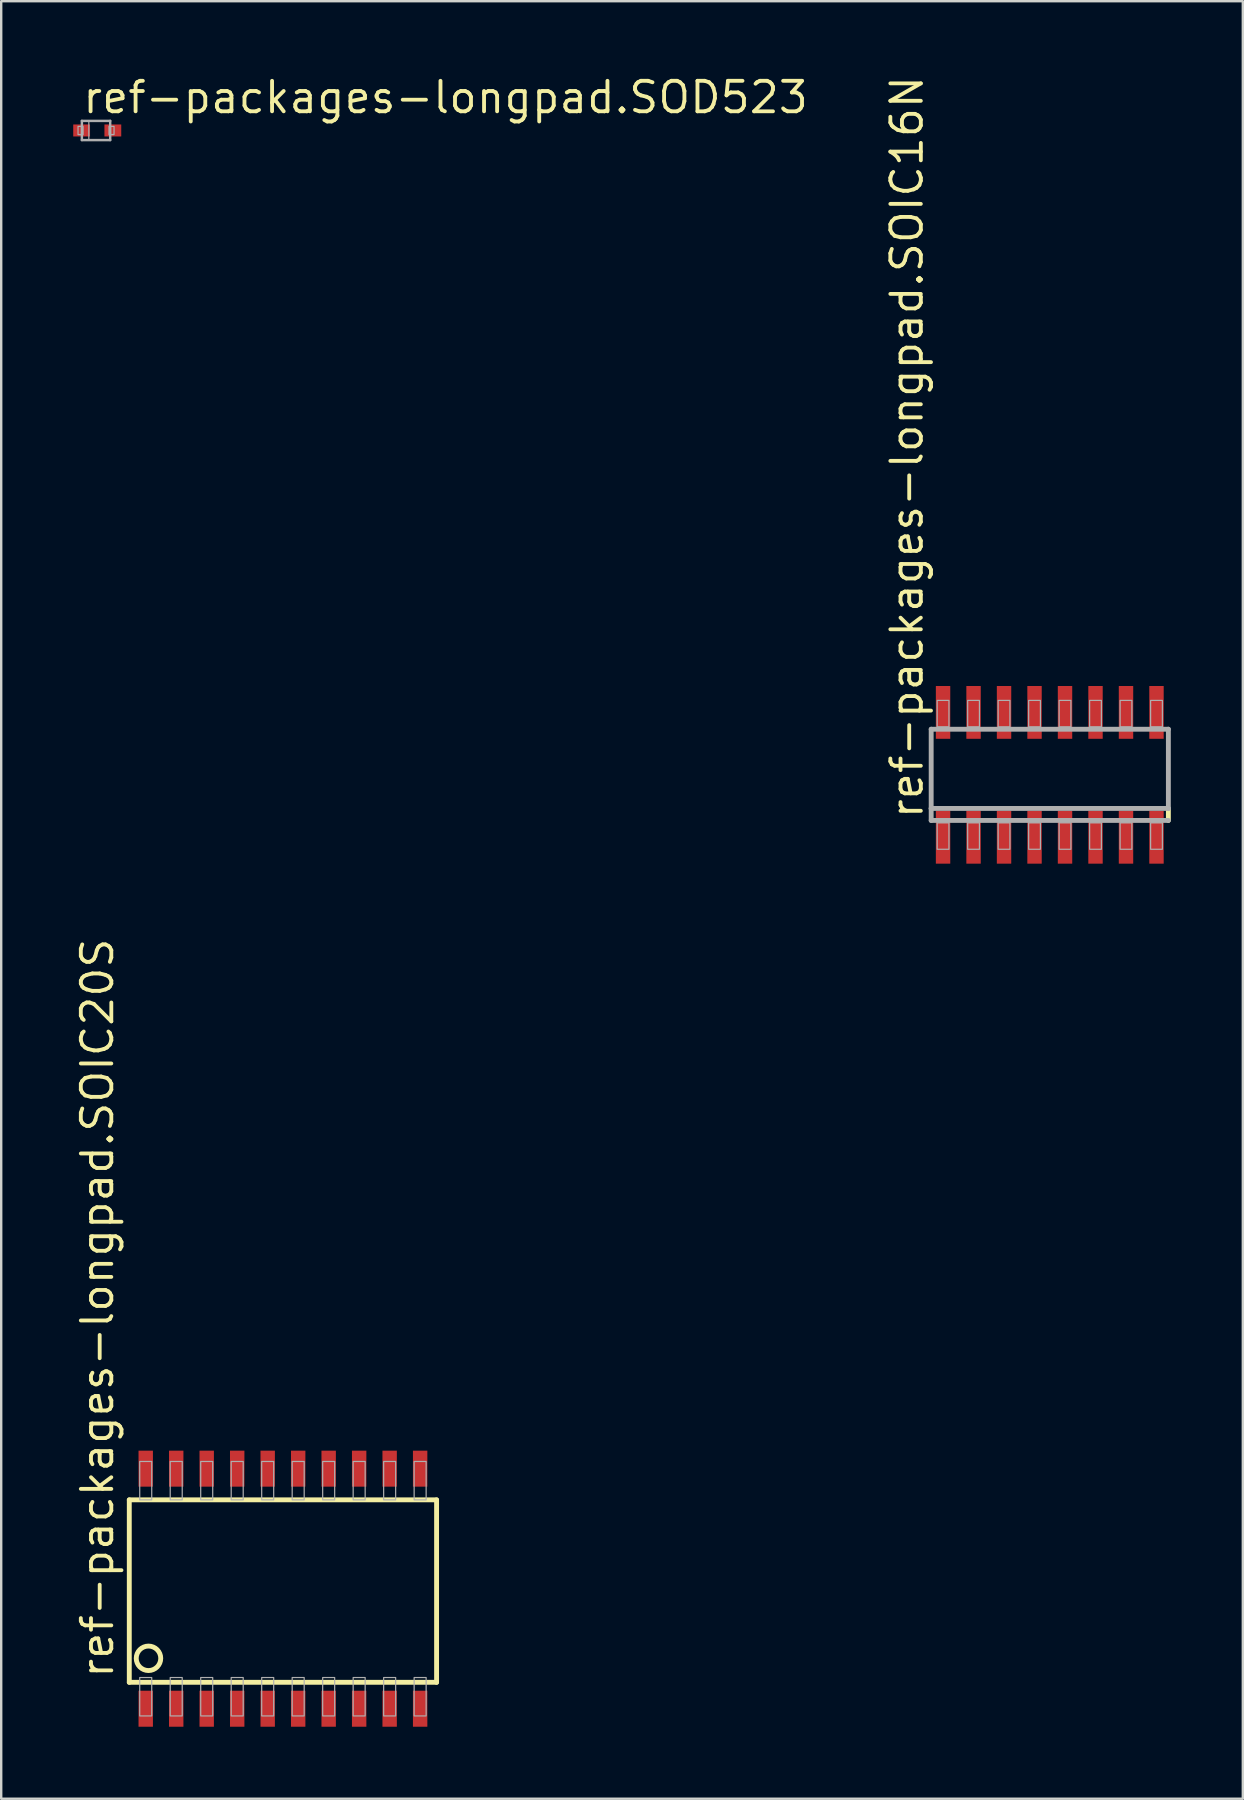
<source format=kicad_pcb>
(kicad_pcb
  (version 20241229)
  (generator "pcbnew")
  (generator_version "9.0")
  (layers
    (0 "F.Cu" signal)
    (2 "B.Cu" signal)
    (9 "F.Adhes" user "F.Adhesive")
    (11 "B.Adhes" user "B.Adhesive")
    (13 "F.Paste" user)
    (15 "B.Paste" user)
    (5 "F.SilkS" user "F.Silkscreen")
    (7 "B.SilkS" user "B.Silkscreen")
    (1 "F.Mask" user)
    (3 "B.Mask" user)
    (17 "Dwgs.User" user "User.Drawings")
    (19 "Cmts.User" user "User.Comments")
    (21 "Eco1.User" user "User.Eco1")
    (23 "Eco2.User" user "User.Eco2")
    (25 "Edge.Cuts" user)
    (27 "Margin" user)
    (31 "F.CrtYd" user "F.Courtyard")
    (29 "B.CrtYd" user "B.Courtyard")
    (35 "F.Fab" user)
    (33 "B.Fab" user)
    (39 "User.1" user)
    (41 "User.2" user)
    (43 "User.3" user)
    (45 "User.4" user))
  (footprint "ref-packages-longpad.SOD523"
    (layer "F.Cu")
    (at 0.95 2.385)
    (property "Reference" "ref-packages-longpad.SOD523" (at -0.635 -0.635 0) (layer "F.SilkS") (effects (font (size 1.27 1.27) (thickness 0.16)) (justify left bottom)))
    (attr smd)
    (fp_line (start -0.59 -0.4) (end 0.59 -0.4) (stroke (width 0.102) (type default)) (layer "F.Fab"))
    (fp_line (start -0.59 0.4) (end -0.59 -0.4) (stroke (width 0.102) (type default)) (layer "F.Fab"))
    (fp_line (start 0.59 -0.4) (end 0.59 0.4) (stroke (width 0.102) (type default)) (layer "F.Fab"))
    (fp_line (start 0.59 0.4) (end -0.59 0.4) (stroke (width 0.102) (type default)) (layer "F.Fab"))
    (fp_rect (start -0.75 0.17) (end -0.54 -0.17) (stroke (width 0.05) (type default)) (fill no) (layer "F.Fab"))
    (fp_rect (start -0.59 0.4) (end -0.3 -0.4) (stroke (width 0.05) (type default)) (fill no) (layer "F.Fab"))
    (fp_rect (start 0.54 0.17) (end 0.75 -0.17) (stroke (width 0.05) (type default)) (fill no) (layer "F.Fab"))
    (pad "A" smd roundrect (at 0.7 0) (size 0.7 0.5) (layers "F.Cu" "F.Mask" "F.Paste") (roundrect_rratio 0.01))
    (pad "C" smd roundrect (at -0.6 0) (size 0.7 0.5) (layers "F.Cu" "F.Mask" "F.Paste") (roundrect_rratio 0.01)))
  (footprint "ref-packages-longpad.SOIC20S"
    (layer "F.Cu")
    (at 8.735 63.123)
    (property "Reference" "ref-packages-longpad.SOIC20S" (at -6.985 3.81 90) (layer "F.SilkS") (effects (font (size 1.27 1.27) (thickness 0.16)) (justify left bottom)))
    (attr smd)
    (fp_line (start -6.4 -3.7) (end -6.4 3.9) (stroke (width 0.203) (type default)) (layer "F.SilkS"))
    (fp_line (start -6.4 3.9) (end 6.4 3.9) (stroke (width 0.203) (type default)) (layer "F.SilkS"))
    (fp_line (start 6.4 -3.7) (end -6.4 -3.7) (stroke (width 0.203) (type default)) (layer "F.SilkS"))
    (fp_line (start 6.4 3.9) (end 6.4 -3.7) (stroke (width 0.203) (type default)) (layer "F.SilkS"))
    (fp_circle (center -5.6 2.9) (end -5.09 2.9) (stroke (width 0.203) (type default)) (fill no) (layer "F.SilkS"))
    (fp_rect (start -5.965 -3.7) (end -5.465 -5.3) (stroke (width 0.05) (type default)) (fill no) (layer "F.Fab"))
    (fp_rect (start -5.965 5.3) (end -5.465 3.7) (stroke (width 0.05) (type default)) (fill no) (layer "F.Fab"))
    (fp_rect (start -4.695 -3.7) (end -4.195 -5.3) (stroke (width 0.05) (type default)) (fill no) (layer "F.Fab"))
    (fp_rect (start -4.695 5.3) (end -4.195 3.7) (stroke (width 0.05) (type default)) (fill no) (layer "F.Fab"))
    (fp_rect (start -3.425 -3.7) (end -2.925 -5.3) (stroke (width 0.05) (type default)) (fill no) (layer "F.Fab"))
    (fp_rect (start -3.425 5.3) (end -2.925 3.7) (stroke (width 0.05) (type default)) (fill no) (layer "F.Fab"))
    (fp_rect (start -2.155 -3.7) (end -1.655 -5.3) (stroke (width 0.05) (type default)) (fill no) (layer "F.Fab"))
    (fp_rect (start -2.155 5.3) (end -1.655 3.7) (stroke (width 0.05) (type default)) (fill no) (layer "F.Fab"))
    (fp_rect (start -0.885 -3.7) (end -0.385 -5.3) (stroke (width 0.05) (type default)) (fill no) (layer "F.Fab"))
    (fp_rect (start -0.885 5.3) (end -0.385 3.7) (stroke (width 0.05) (type default)) (fill no) (layer "F.Fab"))
    (fp_rect (start 0.385 -3.7) (end 0.885 -5.3) (stroke (width 0.05) (type default)) (fill no) (layer "F.Fab"))
    (fp_rect (start 0.385 5.3) (end 0.885 3.7) (stroke (width 0.05) (type default)) (fill no) (layer "F.Fab"))
    (fp_rect (start 1.655 -3.7) (end 2.155 -5.3) (stroke (width 0.05) (type default)) (fill no) (layer "F.Fab"))
    (fp_rect (start 1.655 5.3) (end 2.155 3.7) (stroke (width 0.05) (type default)) (fill no) (layer "F.Fab"))
    (fp_rect (start 2.925 -3.7) (end 3.425 -5.3) (stroke (width 0.05) (type default)) (fill no) (layer "F.Fab"))
    (fp_rect (start 2.925 5.3) (end 3.425 3.7) (stroke (width 0.05) (type default)) (fill no) (layer "F.Fab"))
    (fp_rect (start 4.195 -3.7) (end 4.695 -5.3) (stroke (width 0.05) (type default)) (fill no) (layer "F.Fab"))
    (fp_rect (start 4.195 5.3) (end 4.695 3.7) (stroke (width 0.05) (type default)) (fill no) (layer "F.Fab"))
    (fp_rect (start 5.465 -3.7) (end 5.965 -5.3) (stroke (width 0.05) (type default)) (fill no) (layer "F.Fab"))
    (fp_rect (start 5.465 5.3) (end 5.965 3.7) (stroke (width 0.05) (type default)) (fill no) (layer "F.Fab"))
    (pad "1" smd roundrect (at -5.715 5) (size 0.6 1.5) (layers "F.Cu" "F.Mask" "F.Paste") (roundrect_rratio 0.01))
    (pad "2" smd roundrect (at -4.445 5) (size 0.6 1.5) (layers "F.Cu" "F.Mask" "F.Paste") (roundrect_rratio 0.01))
    (pad "3" smd roundrect (at -3.175 5) (size 0.6 1.5) (layers "F.Cu" "F.Mask" "F.Paste") (roundrect_rratio 0.01))
    (pad "4" smd roundrect (at -1.905 5) (size 0.6 1.5) (layers "F.Cu" "F.Mask" "F.Paste") (roundrect_rratio 0.01))
    (pad "5" smd roundrect (at -0.635 5) (size 0.6 1.5) (layers "F.Cu" "F.Mask" "F.Paste") (roundrect_rratio 0.01))
    (pad "6" smd roundrect (at 0.635 5) (size 0.6 1.5) (layers "F.Cu" "F.Mask" "F.Paste") (roundrect_rratio 0.01))
    (pad "7" smd roundrect (at 1.905 5) (size 0.6 1.5) (layers "F.Cu" "F.Mask" "F.Paste") (roundrect_rratio 0.01))
    (pad "8" smd roundrect (at 3.175 5) (size 0.6 1.5) (layers "F.Cu" "F.Mask" "F.Paste") (roundrect_rratio 0.01))
    (pad "9" smd roundrect (at 4.445 5) (size 0.6 1.5) (layers "F.Cu" "F.Mask" "F.Paste") (roundrect_rratio 0.01))
    (pad "10" smd roundrect (at 5.715 5) (size 0.6 1.5) (layers "F.Cu" "F.Mask" "F.Paste") (roundrect_rratio 0.01))
    (pad "11" smd roundrect (at 5.715 -5) (size 0.6 1.5) (layers "F.Cu" "F.Mask" "F.Paste") (roundrect_rratio 0.01))
    (pad "12" smd roundrect (at 4.445 -5) (size 0.6 1.5) (layers "F.Cu" "F.Mask" "F.Paste") (roundrect_rratio 0.01))
    (pad "13" smd roundrect (at 3.175 -5) (size 0.6 1.5) (layers "F.Cu" "F.Mask" "F.Paste") (roundrect_rratio 0.01))
    (pad "14" smd roundrect (at 1.905 -5) (size 0.6 1.5) (layers "F.Cu" "F.Mask" "F.Paste") (roundrect_rratio 0.01))
    (pad "15" smd roundrect (at 0.635 -5) (size 0.6 1.5) (layers "F.Cu" "F.Mask" "F.Paste") (roundrect_rratio 0.01))
    (pad "16" smd roundrect (at -0.635 -5) (size 0.6 1.5) (layers "F.Cu" "F.Mask" "F.Paste") (roundrect_rratio 0.01))
    (pad "17" smd roundrect (at -1.905 -5) (size 0.6 1.5) (layers "F.Cu" "F.Mask" "F.Paste") (roundrect_rratio 0.01))
    (pad "18" smd roundrect (at -3.175 -5) (size 0.6 1.5) (layers "F.Cu" "F.Mask" "F.Paste") (roundrect_rratio 0.01))
    (pad "19" smd roundrect (at -4.445 -5) (size 0.6 1.5) (layers "F.Cu" "F.Mask" "F.Paste") (roundrect_rratio 0.01))
    (pad "20" smd roundrect (at -5.715 -5) (size 0.6 1.5) (layers "F.Cu" "F.Mask" "F.Paste") (roundrect_rratio 0.01)))
  (footprint "ref-packages-longpad.SOIC16N"
    (layer "F.Cu")
    (at 40.676 29.224)
    (property "Reference" "ref-packages-longpad.SOIC16N" (at -5.207 1.905 90) (layer "F.SilkS") (effects (font (size 1.27 1.27) (thickness 0.16)) (justify left bottom)))
    (attr smd)
    (fp_line (start 4.94 1.4) (end 4.94 1.9) (stroke (width 0.203) (type default)) (layer "F.SilkS"))
    (fp_line (start -4.94 -1.9) (end 4.94 -1.9) (stroke (width 0.203) (type default)) (layer "F.Fab"))
    (fp_line (start -4.94 1.4) (end -4.94 -1.9) (stroke (width 0.203) (type default)) (layer "F.Fab"))
    (fp_line (start -4.94 1.9) (end -4.94 1.4) (stroke (width 0.203) (type default)) (layer "F.Fab"))
    (fp_line (start 4.94 -1.9) (end 4.94 1.4) (stroke (width 0.203) (type default)) (layer "F.Fab"))
    (fp_line (start 4.94 1.4) (end -4.94 1.4) (stroke (width 0.203) (type default)) (layer "F.Fab"))
    (fp_line (start 4.94 1.9) (end -4.94 1.9) (stroke (width 0.203) (type default)) (layer "F.Fab"))
    (fp_rect (start -4.69 -2) (end -4.2 -3.1) (stroke (width 0.05) (type default)) (fill no) (layer "F.Fab"))
    (fp_rect (start -4.69 3.1) (end -4.2 2) (stroke (width 0.05) (type default)) (fill no) (layer "F.Fab"))
    (fp_rect (start -3.42 -2) (end -2.93 -3.1) (stroke (width 0.05) (type default)) (fill no) (layer "F.Fab"))
    (fp_rect (start -3.42 3.1) (end -2.93 2) (stroke (width 0.05) (type default)) (fill no) (layer "F.Fab"))
    (fp_rect (start -2.15 -2) (end -1.66 -3.1) (stroke (width 0.05) (type default)) (fill no) (layer "F.Fab"))
    (fp_rect (start -2.15 3.1) (end -1.66 2) (stroke (width 0.05) (type default)) (fill no) (layer "F.Fab"))
    (fp_rect (start -0.88 -2) (end -0.39 -3.1) (stroke (width 0.05) (type default)) (fill no) (layer "F.Fab"))
    (fp_rect (start -0.88 3.1) (end -0.39 2) (stroke (width 0.05) (type default)) (fill no) (layer "F.Fab"))
    (fp_rect (start 0.39 -2) (end 0.88 -3.1) (stroke (width 0.05) (type default)) (fill no) (layer "F.Fab"))
    (fp_rect (start 0.39 3.1) (end 0.88 2) (stroke (width 0.05) (type default)) (fill no) (layer "F.Fab"))
    (fp_rect (start 1.66 -2) (end 2.15 -3.1) (stroke (width 0.05) (type default)) (fill no) (layer "F.Fab"))
    (fp_rect (start 1.66 3.1) (end 2.15 2) (stroke (width 0.05) (type default)) (fill no) (layer "F.Fab"))
    (fp_rect (start 2.93 -2) (end 3.42 -3.1) (stroke (width 0.05) (type default)) (fill no) (layer "F.Fab"))
    (fp_rect (start 2.93 3.1) (end 3.42 2) (stroke (width 0.05) (type default)) (fill no) (layer "F.Fab"))
    (fp_rect (start 4.2 -2) (end 4.69 -3.1) (stroke (width 0.05) (type default)) (fill no) (layer "F.Fab"))
    (fp_rect (start 4.2 3.1) (end 4.69 2) (stroke (width 0.05) (type default)) (fill no) (layer "F.Fab"))
    (pad "1" smd roundrect (at -4.445 2.6) (size 0.6 2.2) (layers "F.Cu" "F.Mask" "F.Paste") (roundrect_rratio 0.01))
    (pad "2" smd roundrect (at -3.175 2.6) (size 0.6 2.2) (layers "F.Cu" "F.Mask" "F.Paste") (roundrect_rratio 0.01))
    (pad "3" smd roundrect (at -1.905 2.6) (size 0.6 2.2) (layers "F.Cu" "F.Mask" "F.Paste") (roundrect_rratio 0.01))
    (pad "4" smd roundrect (at -0.635 2.6) (size 0.6 2.2) (layers "F.Cu" "F.Mask" "F.Paste") (roundrect_rratio 0.01))
    (pad "5" smd roundrect (at 0.635 2.6) (size 0.6 2.2) (layers "F.Cu" "F.Mask" "F.Paste") (roundrect_rratio 0.01))
    (pad "6" smd roundrect (at 1.905 2.6) (size 0.6 2.2) (layers "F.Cu" "F.Mask" "F.Paste") (roundrect_rratio 0.01))
    (pad "7" smd roundrect (at 3.175 2.6) (size 0.6 2.2) (layers "F.Cu" "F.Mask" "F.Paste") (roundrect_rratio 0.01))
    (pad "8" smd roundrect (at 4.445 2.6) (size 0.6 2.2) (layers "F.Cu" "F.Mask" "F.Paste") (roundrect_rratio 0.01))
    (pad "9" smd roundrect (at 4.445 -2.6) (size 0.6 2.2) (layers "F.Cu" "F.Mask" "F.Paste") (roundrect_rratio 0.01))
    (pad "10" smd roundrect (at 3.175 -2.6) (size 0.6 2.2) (layers "F.Cu" "F.Mask" "F.Paste") (roundrect_rratio 0.01))
    (pad "11" smd roundrect (at 1.905 -2.6) (size 0.6 2.2) (layers "F.Cu" "F.Mask" "F.Paste") (roundrect_rratio 0.01))
    (pad "12" smd roundrect (at 0.635 -2.6) (size 0.6 2.2) (layers "F.Cu" "F.Mask" "F.Paste") (roundrect_rratio 0.01))
    (pad "13" smd roundrect (at -0.635 -2.6) (size 0.6 2.2) (layers "F.Cu" "F.Mask" "F.Paste") (roundrect_rratio 0.01))
    (pad "14" smd roundrect (at -1.905 -2.6) (size 0.6 2.2) (layers "F.Cu" "F.Mask" "F.Paste") (roundrect_rratio 0.01))
    (pad "15" smd roundrect (at -3.175 -2.6) (size 0.6 2.2) (layers "F.Cu" "F.Mask" "F.Paste") (roundrect_rratio 0.01))
    (pad "16" smd roundrect (at -4.445 -2.6) (size 0.6 2.2) (layers "F.Cu" "F.Mask" "F.Paste") (roundrect_rratio 0.01)))
  (gr_rect
    (start -3 -3)
    (end 48.717 71.873)
    (stroke (width 0.1) (type default))
    (fill no)
    (layer "Edge.Cuts")))
</source>
